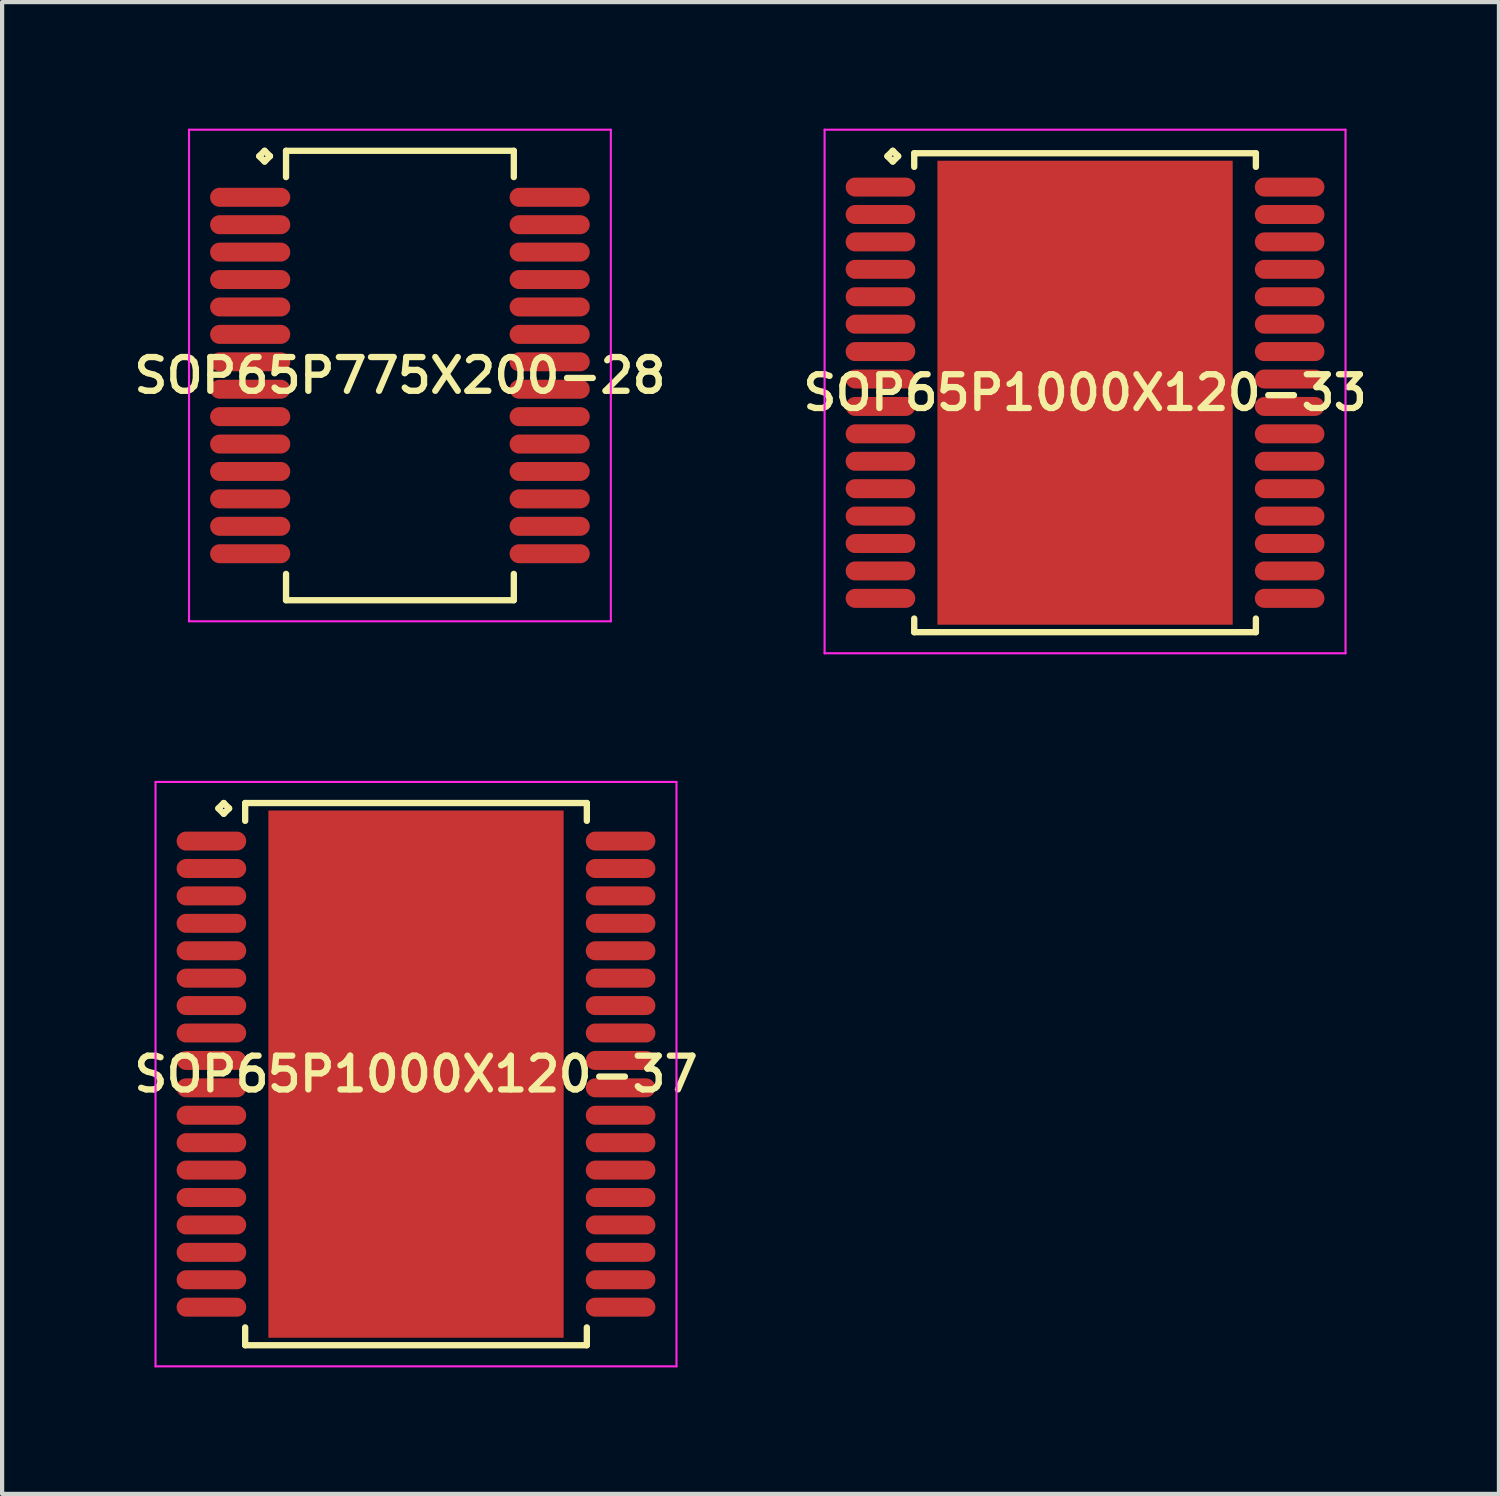
<source format=kicad_pcb>
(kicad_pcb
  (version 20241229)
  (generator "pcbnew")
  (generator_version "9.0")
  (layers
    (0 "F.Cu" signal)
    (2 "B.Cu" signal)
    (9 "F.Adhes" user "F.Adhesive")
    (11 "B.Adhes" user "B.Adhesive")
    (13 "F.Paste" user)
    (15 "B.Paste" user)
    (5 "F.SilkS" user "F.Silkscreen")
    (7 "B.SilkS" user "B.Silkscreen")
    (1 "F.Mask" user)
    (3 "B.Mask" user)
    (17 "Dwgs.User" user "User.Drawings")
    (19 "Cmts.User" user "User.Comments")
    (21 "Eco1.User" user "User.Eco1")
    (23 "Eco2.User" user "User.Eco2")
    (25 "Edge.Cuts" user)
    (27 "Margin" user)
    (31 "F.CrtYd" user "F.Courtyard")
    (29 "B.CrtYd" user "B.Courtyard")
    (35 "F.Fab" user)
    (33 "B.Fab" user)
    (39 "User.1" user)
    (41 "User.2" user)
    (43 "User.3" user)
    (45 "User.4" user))
  (footprint "SOP65P775X200-28"
    (layer "F.Cu")
    (at 6.431 5.852)
    (property "Reference" "SOP65P775X200-28" (at 0 0 0) (layer "F.SilkS") (effects (font (size 0.8 0.8) (thickness 0.15))))
    (attr smd)
    (fp_line (start -3.335 -5.2) (end -3.208 -5.327) (stroke (width 0.15) (type solid)) (layer "F.SilkS"))
    (fp_line (start -3.208 -5.327) (end -3.081 -5.2) (stroke (width 0.15) (type solid)) (layer "F.SilkS"))
    (fp_line (start -3.208 -5.073) (end -3.335 -5.2) (stroke (width 0.15) (type solid)) (layer "F.SilkS"))
    (fp_line (start -3.081 -5.2) (end -3.208 -5.073) (stroke (width 0.15) (type solid)) (layer "F.SilkS"))
    (fp_line (start -2.7 -5.327) (end 2.7 -5.327) (stroke (width 0.15) (type solid)) (layer "F.SilkS"))
    (fp_line (start -2.7 -4.704) (end -2.7 -5.327) (stroke (width 0.15) (type solid)) (layer "F.SilkS"))
    (fp_line (start -2.7 4.704) (end -2.7 5.327) (stroke (width 0.15) (type solid)) (layer "F.SilkS"))
    (fp_line (start -2.7 5.327) (end 2.7 5.327) (stroke (width 0.15) (type solid)) (layer "F.SilkS"))
    (fp_line (start 2.7 -5.327) (end 2.7 -4.704) (stroke (width 0.15) (type solid)) (layer "F.SilkS"))
    (fp_line (start 2.7 5.327) (end 2.7 4.704) (stroke (width 0.15) (type solid)) (layer "F.SilkS"))
    (fp_line (start -5 -5.827) (end 5 -5.827) (stroke (width 0.05) (type solid)) (layer "F.CrtYd"))
    (fp_line (start -5 5.827) (end -5 -5.827) (stroke (width 0.05) (type solid)) (layer "F.CrtYd"))
    (fp_line (start 5 -5.827) (end 5 5.827) (stroke (width 0.05) (type solid)) (layer "F.CrtYd"))
    (fp_line (start 5 5.827) (end -5 5.827) (stroke (width 0.05) (type solid)) (layer "F.CrtYd"))
    (pad "1" smd oval (at -3.55 -4.225) (size 1.9 0.45) (layers "F.Cu" "F.Mask" "F.Paste"))
    (pad "2" smd oval (at -3.55 -3.575) (size 1.9 0.45) (layers "F.Cu" "F.Mask" "F.Paste"))
    (pad "3" smd oval (at -3.55 -2.925) (size 1.9 0.45) (layers "F.Cu" "F.Mask" "F.Paste"))
    (pad "4" smd oval (at -3.55 -2.275) (size 1.9 0.45) (layers "F.Cu" "F.Mask" "F.Paste"))
    (pad "5" smd oval (at -3.55 -1.625) (size 1.9 0.45) (layers "F.Cu" "F.Mask" "F.Paste"))
    (pad "6" smd oval (at -3.55 -0.975) (size 1.9 0.45) (layers "F.Cu" "F.Mask" "F.Paste"))
    (pad "7" smd oval (at -3.55 -0.325) (size 1.9 0.45) (layers "F.Cu" "F.Mask" "F.Paste"))
    (pad "8" smd oval (at -3.55 0.325) (size 1.9 0.45) (layers "F.Cu" "F.Mask" "F.Paste"))
    (pad "9" smd oval (at -3.55 0.975) (size 1.9 0.45) (layers "F.Cu" "F.Mask" "F.Paste"))
    (pad "10" smd oval (at -3.55 1.625) (size 1.9 0.45) (layers "F.Cu" "F.Mask" "F.Paste"))
    (pad "11" smd oval (at -3.55 2.275) (size 1.9 0.45) (layers "F.Cu" "F.Mask" "F.Paste"))
    (pad "12" smd oval (at -3.55 2.925) (size 1.9 0.45) (layers "F.Cu" "F.Mask" "F.Paste"))
    (pad "13" smd oval (at -3.55 3.575) (size 1.9 0.45) (layers "F.Cu" "F.Mask" "F.Paste"))
    (pad "14" smd oval (at -3.55 4.225) (size 1.9 0.45) (layers "F.Cu" "F.Mask" "F.Paste"))
    (pad "15" smd oval (at 3.55 4.225) (size 1.9 0.45) (layers "F.Cu" "F.Mask" "F.Paste"))
    (pad "16" smd oval (at 3.55 3.575) (size 1.9 0.45) (layers "F.Cu" "F.Mask" "F.Paste"))
    (pad "17" smd oval (at 3.55 2.925) (size 1.9 0.45) (layers "F.Cu" "F.Mask" "F.Paste"))
    (pad "18" smd oval (at 3.55 2.275) (size 1.9 0.45) (layers "F.Cu" "F.Mask" "F.Paste"))
    (pad "19" smd oval (at 3.55 1.625) (size 1.9 0.45) (layers "F.Cu" "F.Mask" "F.Paste"))
    (pad "20" smd oval (at 3.55 0.975) (size 1.9 0.45) (layers "F.Cu" "F.Mask" "F.Paste"))
    (pad "21" smd oval (at 3.55 0.325) (size 1.9 0.45) (layers "F.Cu" "F.Mask" "F.Paste"))
    (pad "22" smd oval (at 3.55 -0.325) (size 1.9 0.45) (layers "F.Cu" "F.Mask" "F.Paste"))
    (pad "23" smd oval (at 3.55 -0.975) (size 1.9 0.45) (layers "F.Cu" "F.Mask" "F.Paste"))
    (pad "24" smd oval (at 3.55 -1.625) (size 1.9 0.45) (layers "F.Cu" "F.Mask" "F.Paste"))
    (pad "25" smd oval (at 3.55 -2.275) (size 1.9 0.45) (layers "F.Cu" "F.Mask" "F.Paste"))
    (pad "26" smd oval (at 3.55 -2.925) (size 1.9 0.45) (layers "F.Cu" "F.Mask" "F.Paste"))
    (pad "27" smd oval (at 3.55 -3.575) (size 1.9 0.45) (layers "F.Cu" "F.Mask" "F.Paste"))
    (pad "28" smd oval (at 3.55 -4.225) (size 1.9 0.45) (layers "F.Cu" "F.Mask" "F.Paste")))
  (footprint "SOP65P1000X120-37"
    (layer "F.Cu")
    (at 6.812 22.414)
    (property "Reference" "SOP65P1000X120-37" (at 0 0 0) (layer "F.SilkS") (effects (font (size 0.8 0.8) (thickness 0.15))))
    (attr smd)
    (fp_line (start -4.685 -6.3) (end -4.558 -6.427) (stroke (width 0.15) (type solid)) (layer "F.SilkS"))
    (fp_line (start -4.558 -6.427) (end -4.431 -6.3) (stroke (width 0.15) (type solid)) (layer "F.SilkS"))
    (fp_line (start -4.558 -6.173) (end -4.685 -6.3) (stroke (width 0.15) (type solid)) (layer "F.SilkS"))
    (fp_line (start -4.431 -6.3) (end -4.558 -6.173) (stroke (width 0.15) (type solid)) (layer "F.SilkS"))
    (fp_line (start -4.05 -6.427) (end 4.05 -6.427) (stroke (width 0.15) (type solid)) (layer "F.SilkS"))
    (fp_line (start -4.05 -6.004) (end -4.05 -6.427) (stroke (width 0.15) (type solid)) (layer "F.SilkS"))
    (fp_line (start -4.05 6.004) (end -4.05 6.427) (stroke (width 0.15) (type solid)) (layer "F.SilkS"))
    (fp_line (start -4.05 6.427) (end 4.05 6.427) (stroke (width 0.15) (type solid)) (layer "F.SilkS"))
    (fp_line (start 4.05 -6.427) (end 4.05 -6.004) (stroke (width 0.15) (type solid)) (layer "F.SilkS"))
    (fp_line (start 4.05 6.427) (end 4.05 6.004) (stroke (width 0.15) (type solid)) (layer "F.SilkS"))
    (fp_line (start -6.175 -6.927) (end 6.175 -6.927) (stroke (width 0.05) (type solid)) (layer "F.CrtYd"))
    (fp_line (start -6.175 6.927) (end -6.175 -6.927) (stroke (width 0.05) (type solid)) (layer "F.CrtYd"))
    (fp_line (start 6.175 -6.927) (end 6.175 6.927) (stroke (width 0.05) (type solid)) (layer "F.CrtYd"))
    (fp_line (start 6.175 6.927) (end -6.175 6.927) (stroke (width 0.05) (type solid)) (layer "F.CrtYd"))
    (pad "1" smd oval (at -4.85 -5.525) (size 1.65 0.45) (layers "F.Cu" "F.Mask" "F.Paste"))
    (pad "2" smd oval (at -4.85 -4.875) (size 1.65 0.45) (layers "F.Cu" "F.Mask" "F.Paste"))
    (pad "3" smd oval (at -4.85 -4.225) (size 1.65 0.45) (layers "F.Cu" "F.Mask" "F.Paste"))
    (pad "4" smd oval (at -4.85 -3.575) (size 1.65 0.45) (layers "F.Cu" "F.Mask" "F.Paste"))
    (pad "5" smd oval (at -4.85 -2.925) (size 1.65 0.45) (layers "F.Cu" "F.Mask" "F.Paste"))
    (pad "6" smd oval (at -4.85 -2.275) (size 1.65 0.45) (layers "F.Cu" "F.Mask" "F.Paste"))
    (pad "7" smd oval (at -4.85 -1.625) (size 1.65 0.45) (layers "F.Cu" "F.Mask" "F.Paste"))
    (pad "8" smd oval (at -4.85 -0.975) (size 1.65 0.45) (layers "F.Cu" "F.Mask" "F.Paste"))
    (pad "9" smd oval (at -4.85 -0.325) (size 1.65 0.45) (layers "F.Cu" "F.Mask" "F.Paste"))
    (pad "10" smd oval (at -4.85 0.325) (size 1.65 0.45) (layers "F.Cu" "F.Mask" "F.Paste"))
    (pad "11" smd oval (at -4.85 0.975) (size 1.65 0.45) (layers "F.Cu" "F.Mask" "F.Paste"))
    (pad "12" smd oval (at -4.85 1.625) (size 1.65 0.45) (layers "F.Cu" "F.Mask" "F.Paste"))
    (pad "13" smd oval (at -4.85 2.275) (size 1.65 0.45) (layers "F.Cu" "F.Mask" "F.Paste"))
    (pad "14" smd oval (at -4.85 2.925) (size 1.65 0.45) (layers "F.Cu" "F.Mask" "F.Paste"))
    (pad "15" smd oval (at -4.85 3.575) (size 1.65 0.45) (layers "F.Cu" "F.Mask" "F.Paste"))
    (pad "16" smd oval (at -4.85 4.225) (size 1.65 0.45) (layers "F.Cu" "F.Mask" "F.Paste"))
    (pad "17" smd oval (at -4.85 4.875) (size 1.65 0.45) (layers "F.Cu" "F.Mask" "F.Paste"))
    (pad "18" smd oval (at -4.85 5.525) (size 1.65 0.45) (layers "F.Cu" "F.Mask" "F.Paste"))
    (pad "19" smd oval (at 4.85 5.525) (size 1.65 0.45) (layers "F.Cu" "F.Mask" "F.Paste"))
    (pad "20" smd oval (at 4.85 4.875) (size 1.65 0.45) (layers "F.Cu" "F.Mask" "F.Paste"))
    (pad "21" smd oval (at 4.85 4.225) (size 1.65 0.45) (layers "F.Cu" "F.Mask" "F.Paste"))
    (pad "22" smd oval (at 4.85 3.575) (size 1.65 0.45) (layers "F.Cu" "F.Mask" "F.Paste"))
    (pad "23" smd oval (at 4.85 2.925) (size 1.65 0.45) (layers "F.Cu" "F.Mask" "F.Paste"))
    (pad "24" smd oval (at 4.85 2.275) (size 1.65 0.45) (layers "F.Cu" "F.Mask" "F.Paste"))
    (pad "25" smd oval (at 4.85 1.625) (size 1.65 0.45) (layers "F.Cu" "F.Mask" "F.Paste"))
    (pad "26" smd oval (at 4.85 0.975) (size 1.65 0.45) (layers "F.Cu" "F.Mask" "F.Paste"))
    (pad "27" smd oval (at 4.85 0.325) (size 1.65 0.45) (layers "F.Cu" "F.Mask" "F.Paste"))
    (pad "28" smd oval (at 4.85 -0.325) (size 1.65 0.45) (layers "F.Cu" "F.Mask" "F.Paste"))
    (pad "29" smd oval (at 4.85 -0.975) (size 1.65 0.45) (layers "F.Cu" "F.Mask" "F.Paste"))
    (pad "30" smd oval (at 4.85 -1.625) (size 1.65 0.45) (layers "F.Cu" "F.Mask" "F.Paste"))
    (pad "31" smd oval (at 4.85 -2.275) (size 1.65 0.45) (layers "F.Cu" "F.Mask" "F.Paste"))
    (pad "32" smd oval (at 4.85 -2.925) (size 1.65 0.45) (layers "F.Cu" "F.Mask" "F.Paste"))
    (pad "33" smd oval (at 4.85 -3.575) (size 1.65 0.45) (layers "F.Cu" "F.Mask" "F.Paste"))
    (pad "34" smd oval (at 4.85 -4.225) (size 1.65 0.45) (layers "F.Cu" "F.Mask" "F.Paste"))
    (pad "35" smd oval (at 4.85 -4.875) (size 1.65 0.45) (layers "F.Cu" "F.Mask" "F.Paste"))
    (pad "36" smd oval (at 4.85 -5.525) (size 1.65 0.45) (layers "F.Cu" "F.Mask" "F.Paste"))
    (pad "37" smd rect (at 0 0) (size 7 12.5) (layers "F.Cu" "F.Mask" "F.Paste")))
  (footprint "SOP65P1000X120-33"
    (layer "F.Cu")
    (at 22.673 6.26)
    (property "Reference" "SOP65P1000X120-33" (at 0 0 0) (layer "F.SilkS") (effects (font (size 0.8 0.8) (thickness 0.15))))
    (attr smd)
    (fp_line (start -4.685 -5.608) (end -4.558 -5.735) (stroke (width 0.15) (type solid)) (layer "F.SilkS"))
    (fp_line (start -4.558 -5.735) (end -4.431 -5.608) (stroke (width 0.15) (type solid)) (layer "F.SilkS"))
    (fp_line (start -4.558 -5.481) (end -4.685 -5.608) (stroke (width 0.15) (type solid)) (layer "F.SilkS"))
    (fp_line (start -4.431 -5.608) (end -4.558 -5.481) (stroke (width 0.15) (type solid)) (layer "F.SilkS"))
    (fp_line (start -4.05 -5.677) (end 4.05 -5.677) (stroke (width 0.15) (type solid)) (layer "F.SilkS"))
    (fp_line (start -4.05 -5.354) (end -4.05 -5.677) (stroke (width 0.15) (type solid)) (layer "F.SilkS"))
    (fp_line (start -4.05 5.354) (end -4.05 5.677) (stroke (width 0.15) (type solid)) (layer "F.SilkS"))
    (fp_line (start -4.05 5.677) (end 4.05 5.677) (stroke (width 0.15) (type solid)) (layer "F.SilkS"))
    (fp_line (start 4.05 -5.677) (end 4.05 -5.354) (stroke (width 0.15) (type solid)) (layer "F.SilkS"))
    (fp_line (start 4.05 5.677) (end 4.05 5.354) (stroke (width 0.15) (type solid)) (layer "F.SilkS"))
    (fp_line (start -6.175 -6.235) (end 6.175 -6.235) (stroke (width 0.05) (type solid)) (layer "F.CrtYd"))
    (fp_line (start -6.175 6.177) (end -6.175 -6.235) (stroke (width 0.05) (type solid)) (layer "F.CrtYd"))
    (fp_line (start 6.175 -6.235) (end 6.175 6.177) (stroke (width 0.05) (type solid)) (layer "F.CrtYd"))
    (fp_line (start 6.175 6.177) (end -6.175 6.177) (stroke (width 0.05) (type solid)) (layer "F.CrtYd"))
    (pad "1" smd oval (at -4.85 -4.875) (size 1.65 0.45) (layers "F.Cu" "F.Mask" "F.Paste"))
    (pad "2" smd oval (at -4.85 -4.225) (size 1.65 0.45) (layers "F.Cu" "F.Mask" "F.Paste"))
    (pad "3" smd oval (at -4.85 -3.575) (size 1.65 0.45) (layers "F.Cu" "F.Mask" "F.Paste"))
    (pad "4" smd oval (at -4.85 -2.925) (size 1.65 0.45) (layers "F.Cu" "F.Mask" "F.Paste"))
    (pad "5" smd oval (at -4.85 -2.275) (size 1.65 0.45) (layers "F.Cu" "F.Mask" "F.Paste"))
    (pad "6" smd oval (at -4.85 -1.625) (size 1.65 0.45) (layers "F.Cu" "F.Mask" "F.Paste"))
    (pad "7" smd oval (at -4.85 -0.975) (size 1.65 0.45) (layers "F.Cu" "F.Mask" "F.Paste"))
    (pad "8" smd oval (at -4.85 -0.325) (size 1.65 0.45) (layers "F.Cu" "F.Mask" "F.Paste"))
    (pad "9" smd oval (at -4.85 0.325) (size 1.65 0.45) (layers "F.Cu" "F.Mask" "F.Paste"))
    (pad "10" smd oval (at -4.85 0.975) (size 1.65 0.45) (layers "F.Cu" "F.Mask" "F.Paste"))
    (pad "11" smd oval (at -4.85 1.625) (size 1.65 0.45) (layers "F.Cu" "F.Mask" "F.Paste"))
    (pad "12" smd oval (at -4.85 2.275) (size 1.65 0.45) (layers "F.Cu" "F.Mask" "F.Paste"))
    (pad "13" smd oval (at -4.85 2.925) (size 1.65 0.45) (layers "F.Cu" "F.Mask" "F.Paste"))
    (pad "14" smd oval (at -4.85 3.575) (size 1.65 0.45) (layers "F.Cu" "F.Mask" "F.Paste"))
    (pad "15" smd oval (at -4.85 4.225) (size 1.65 0.45) (layers "F.Cu" "F.Mask" "F.Paste"))
    (pad "16" smd oval (at -4.85 4.875) (size 1.65 0.45) (layers "F.Cu" "F.Mask" "F.Paste"))
    (pad "17" smd oval (at 4.85 4.875) (size 1.65 0.45) (layers "F.Cu" "F.Mask" "F.Paste"))
    (pad "18" smd oval (at 4.85 4.225) (size 1.65 0.45) (layers "F.Cu" "F.Mask" "F.Paste"))
    (pad "19" smd oval (at 4.85 3.575) (size 1.65 0.45) (layers "F.Cu" "F.Mask" "F.Paste"))
    (pad "20" smd oval (at 4.85 2.925) (size 1.65 0.45) (layers "F.Cu" "F.Mask" "F.Paste"))
    (pad "21" smd oval (at 4.85 2.275) (size 1.65 0.45) (layers "F.Cu" "F.Mask" "F.Paste"))
    (pad "22" smd oval (at 4.85 1.625) (size 1.65 0.45) (layers "F.Cu" "F.Mask" "F.Paste"))
    (pad "23" smd oval (at 4.85 0.975) (size 1.65 0.45) (layers "F.Cu" "F.Mask" "F.Paste"))
    (pad "24" smd oval (at 4.85 0.325) (size 1.65 0.45) (layers "F.Cu" "F.Mask" "F.Paste"))
    (pad "25" smd oval (at 4.85 -0.325) (size 1.65 0.45) (layers "F.Cu" "F.Mask" "F.Paste"))
    (pad "26" smd oval (at 4.85 -0.975) (size 1.65 0.45) (layers "F.Cu" "F.Mask" "F.Paste"))
    (pad "27" smd oval (at 4.85 -1.625) (size 1.65 0.45) (layers "F.Cu" "F.Mask" "F.Paste"))
    (pad "28" smd oval (at 4.85 -2.275) (size 1.65 0.45) (layers "F.Cu" "F.Mask" "F.Paste"))
    (pad "29" smd oval (at 4.85 -2.925) (size 1.65 0.45) (layers "F.Cu" "F.Mask" "F.Paste"))
    (pad "30" smd oval (at 4.85 -3.575) (size 1.65 0.45) (layers "F.Cu" "F.Mask" "F.Paste"))
    (pad "31" smd oval (at 4.85 -4.225) (size 1.65 0.45) (layers "F.Cu" "F.Mask" "F.Paste"))
    (pad "32" smd oval (at 4.85 -4.875) (size 1.65 0.45) (layers "F.Cu" "F.Mask" "F.Paste"))
    (pad "33" smd rect (at 0 0) (size 7 11) (layers "F.Cu" "F.Mask" "F.Paste")))
  (gr_rect
    (start -3 -3)
    (end 32.485 32.366)
    (stroke (width 0.1) (type default))
    (fill no)
    (layer "Edge.Cuts")))
</source>
